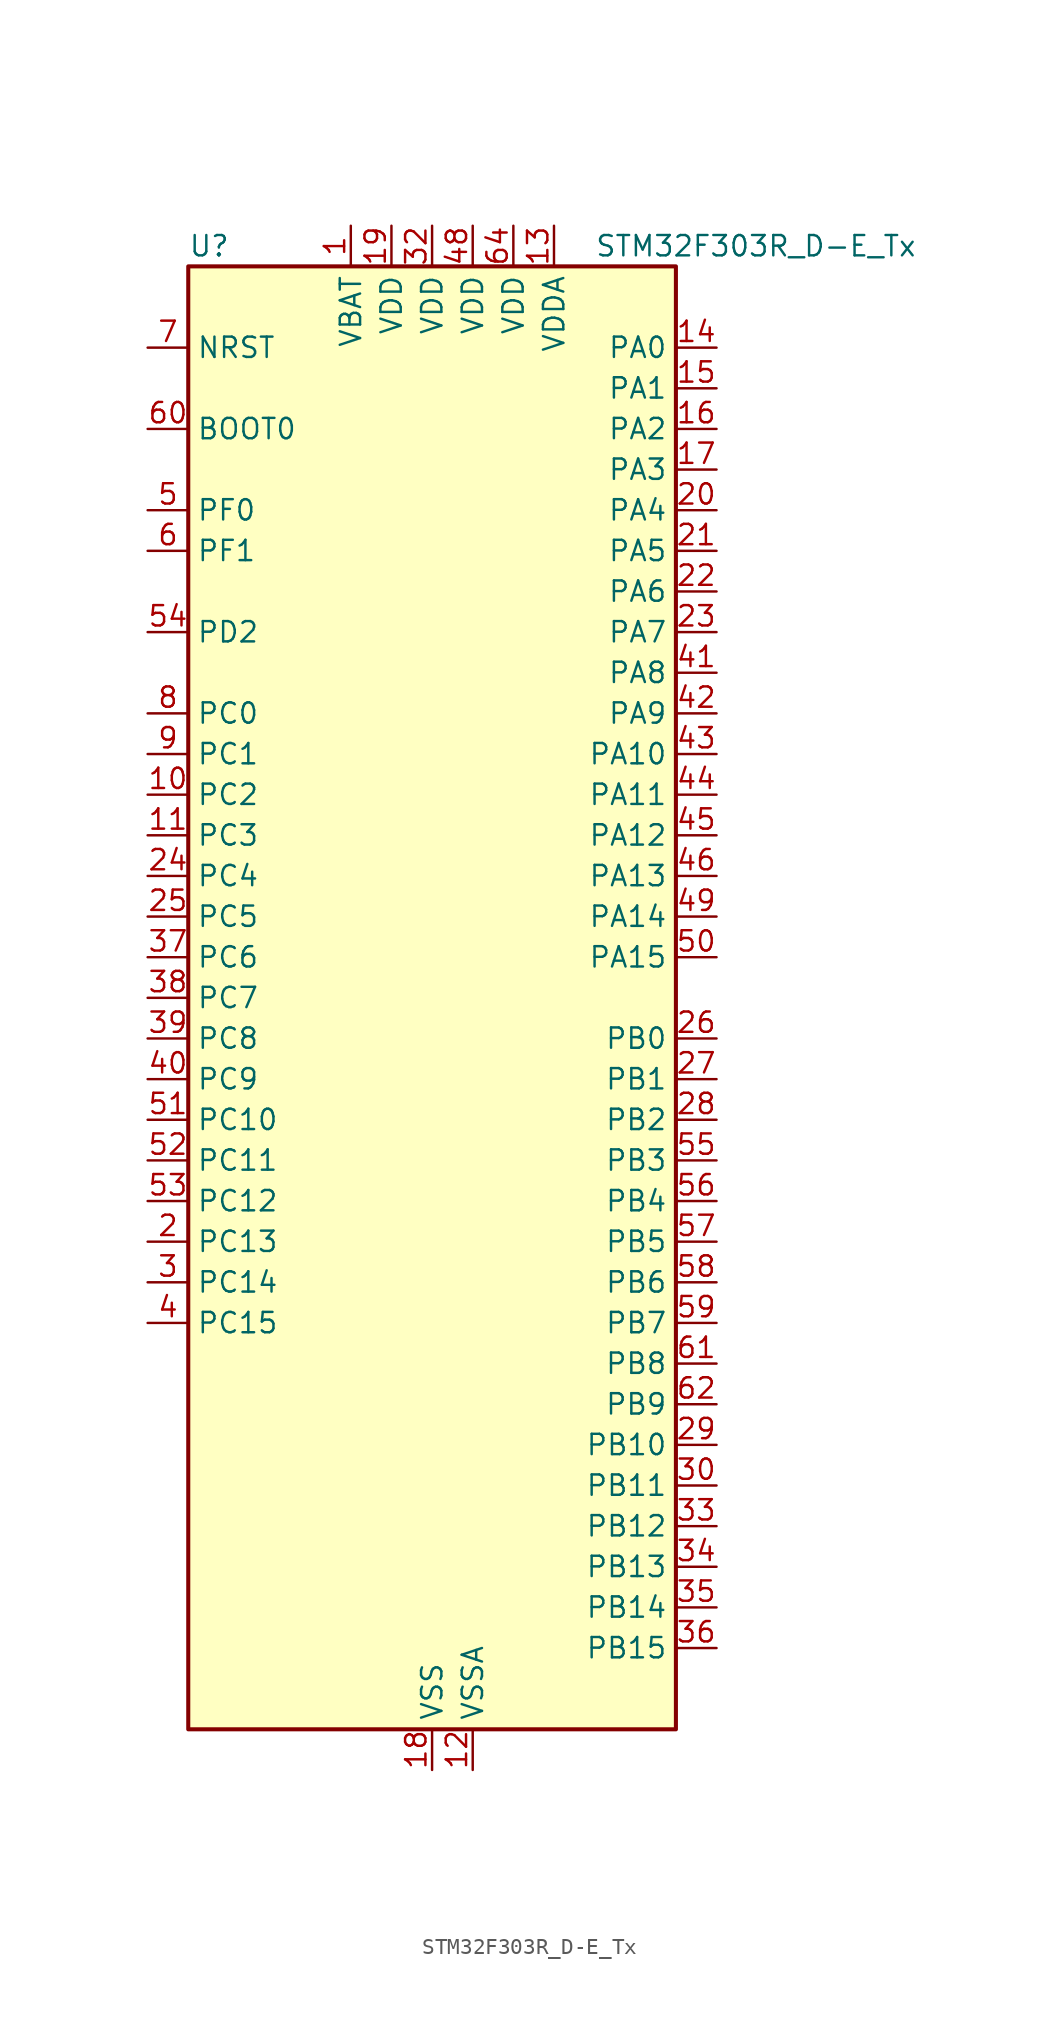
<source format=kicad_sym>
(kicad_symbol_lib
  (version 20241209)
  (generator "kicad_symbol_editor")
  (generator_version "9.0")
  (symbol "STM32F303R_D-E_Tx"
    (property "Reference" "U"
      (at -15.24 46.99 0)
      (effects (font (size 1.27 1.27)) (justify left)))
    (property "Value" "STM32F303R_D-E_Tx"
      (at 10.16 46.99 0)
      (effects (font (size 1.27 1.27)) (justify left)))
    (symbol "STM32F303R_D-E_Tx_0_1"
      (rectangle (start -15.24 -45.72) (end 15.24 45.72) (stroke (width 0.254) (type default)) (fill (type background))))
    (symbol "STM32F303R_D-E_Tx_1_1"
      (pin input line (at -17.78 40.64 0) (length 2.54) (name "NRST" (effects (font (size 1.27 1.27)))) (number "7" (effects (font (size 1.27 1.27)))))
      (pin input line (at -17.78 35.56 0) (length 2.54) (name "BOOT0" (effects (font (size 1.27 1.27)))) (number "60" (effects (font (size 1.27 1.27)))))
      (pin bidirectional line (at -17.78 30.48 0) (length 2.54) (name "PF0" (effects (font (size 1.27 1.27)))) (number "5" (effects (font (size 1.27 1.27)))) (alternate "I2C2_SDA" bidirectional line) (alternate "I2S2_WS" bidirectional line) (alternate "RCC_OSC_IN" bidirectional line) (alternate "SPI2_NSS" bidirectional line) (alternate "TIM1_CH3N" bidirectional line))
      (pin bidirectional line (at -17.78 27.94 0) (length 2.54) (name "PF1" (effects (font (size 1.27 1.27)))) (number "6" (effects (font (size 1.27 1.27)))) (alternate "I2C2_SCL" bidirectional line) (alternate "I2S2_CK" bidirectional line) (alternate "RCC_OSC_OUT" bidirectional line) (alternate "SPI2_SCK" bidirectional line))
      (pin bidirectional line (at -17.78 22.86 0) (length 2.54) (name "PD2" (effects (font (size 1.27 1.27)))) (number "54" (effects (font (size 1.27 1.27)))) (alternate "ADC3_EXTI2" bidirectional line) (alternate "ADC4_EXTI2" bidirectional line) (alternate "TIM3_ETR" bidirectional line) (alternate "TIM8_BKIN" bidirectional line) (alternate "UART5_RX" bidirectional line))
      (pin bidirectional line (at -17.78 17.78 0) (length 2.54) (name "PC0" (effects (font (size 1.27 1.27)))) (number "8" (effects (font (size 1.27 1.27)))) (alternate "ADC1_IN6" bidirectional line) (alternate "ADC2_IN6" bidirectional line) (alternate "COMP7_INM" bidirectional line) (alternate "TIM1_CH1" bidirectional line))
      (pin bidirectional line (at -17.78 15.24 0) (length 2.54) (name "PC1" (effects (font (size 1.27 1.27)))) (number "9" (effects (font (size 1.27 1.27)))) (alternate "ADC1_IN7" bidirectional line) (alternate "ADC2_IN7" bidirectional line) (alternate "COMP7_INP" bidirectional line) (alternate "TIM1_CH2" bidirectional line))
      (pin bidirectional line (at -17.78 12.7 0) (length 2.54) (name "PC2" (effects (font (size 1.27 1.27)))) (number "10" (effects (font (size 1.27 1.27)))) (alternate "ADC1_IN8" bidirectional line) (alternate "ADC2_IN8" bidirectional line) (alternate "ADC3_EXTI2" bidirectional line) (alternate "ADC4_EXTI2" bidirectional line) (alternate "COMP7_OUT" bidirectional line) (alternate "TIM1_CH3" bidirectional line))
      (pin bidirectional line (at -17.78 10.16 0) (length 2.54) (name "PC3" (effects (font (size 1.27 1.27)))) (number "11" (effects (font (size 1.27 1.27)))) (alternate "ADC1_IN9" bidirectional line) (alternate "ADC2_IN9" bidirectional line) (alternate "TIM1_BKIN2" bidirectional line) (alternate "TIM1_CH4" bidirectional line))
      (pin bidirectional line (at -17.78 7.62 0) (length 2.54) (name "PC4" (effects (font (size 1.27 1.27)))) (number "24" (effects (font (size 1.27 1.27)))) (alternate "ADC2_IN5" bidirectional line) (alternate "TIM1_ETR" bidirectional line) (alternate "USART1_TX" bidirectional line))
      (pin bidirectional line (at -17.78 5.08 0) (length 2.54) (name "PC5" (effects (font (size 1.27 1.27)))) (number "25" (effects (font (size 1.27 1.27)))) (alternate "ADC2_IN11" bidirectional line) (alternate "OPAMP1_VINM" bidirectional line) (alternate "OPAMP1_VINM_SEC" bidirectional line) (alternate "OPAMP2_VINM" bidirectional line) (alternate "OPAMP2_VINM_SEC" bidirectional line) (alternate "TIM15_BKIN" bidirectional line) (alternate "TSC_G3_IO1" bidirectional line) (alternate "USART1_RX" bidirectional line))
      (pin bidirectional line (at -17.78 2.54 0) (length 2.54) (name "PC6" (effects (font (size 1.27 1.27)))) (number "37" (effects (font (size 1.27 1.27)))) (alternate "COMP6_OUT" bidirectional line) (alternate "I2S2_MCK" bidirectional line) (alternate "TIM3_CH1" bidirectional line) (alternate "TIM8_CH1" bidirectional line))
      (pin bidirectional line (at -17.78 0 0) (length 2.54) (name "PC7" (effects (font (size 1.27 1.27)))) (number "38" (effects (font (size 1.27 1.27)))) (alternate "COMP5_OUT" bidirectional line) (alternate "I2S3_MCK" bidirectional line) (alternate "TIM3_CH2" bidirectional line) (alternate "TIM8_CH2" bidirectional line))
      (pin bidirectional line (at -17.78 -2.54 0) (length 2.54) (name "PC8" (effects (font (size 1.27 1.27)))) (number "39" (effects (font (size 1.27 1.27)))) (alternate "COMP3_OUT" bidirectional line) (alternate "TIM3_CH3" bidirectional line) (alternate "TIM8_CH3" bidirectional line))
      (pin bidirectional line (at -17.78 -5.08 0) (length 2.54) (name "PC9" (effects (font (size 1.27 1.27)))) (number "40" (effects (font (size 1.27 1.27)))) (alternate "DAC1_EXTI9" bidirectional line) (alternate "I2C3_SDA" bidirectional line) (alternate "I2S_CKIN" bidirectional line) (alternate "TIM3_CH4" bidirectional line) (alternate "TIM8_BKIN2" bidirectional line) (alternate "TIM8_CH4" bidirectional line))
      (pin bidirectional line (at -17.78 -7.62 0) (length 2.54) (name "PC10" (effects (font (size 1.27 1.27)))) (number "51" (effects (font (size 1.27 1.27)))) (alternate "I2S3_CK" bidirectional line) (alternate "SPI3_SCK" bidirectional line) (alternate "TIM8_CH1N" bidirectional line) (alternate "UART4_TX" bidirectional line) (alternate "USART3_TX" bidirectional line))
      (pin bidirectional line (at -17.78 -10.16 0) (length 2.54) (name "PC11" (effects (font (size 1.27 1.27)))) (number "52" (effects (font (size 1.27 1.27)))) (alternate "ADC1_EXTI11" bidirectional line) (alternate "ADC2_EXTI11" bidirectional line) (alternate "I2S3_ext_SD" bidirectional line) (alternate "SPI3_MISO" bidirectional line) (alternate "TIM8_CH2N" bidirectional line) (alternate "UART4_RX" bidirectional line) (alternate "USART3_RX" bidirectional line))
      (pin bidirectional line (at -17.78 -12.7 0) (length 2.54) (name "PC12" (effects (font (size 1.27 1.27)))) (number "53" (effects (font (size 1.27 1.27)))) (alternate "I2S3_SD" bidirectional line) (alternate "SPI3_MOSI" bidirectional line) (alternate "TIM8_CH3N" bidirectional line) (alternate "UART5_TX" bidirectional line) (alternate "USART3_CK" bidirectional line))
      (pin bidirectional line (at -17.78 -15.24 0) (length 2.54) (name "PC13" (effects (font (size 1.27 1.27)))) (number "2" (effects (font (size 1.27 1.27)))) (alternate "RTC_OUT_ALARM" bidirectional line) (alternate "RTC_OUT_CALIB" bidirectional line) (alternate "RTC_TAMP1" bidirectional line) (alternate "RTC_TS" bidirectional line) (alternate "SYS_WKUP2" bidirectional line) (alternate "TIM1_CH1N" bidirectional line))
      (pin bidirectional line (at -17.78 -17.78 0) (length 2.54) (name "PC14" (effects (font (size 1.27 1.27)))) (number "3" (effects (font (size 1.27 1.27)))) (alternate "RCC_OSC32_IN" bidirectional line))
      (pin bidirectional line (at -17.78 -20.32 0) (length 2.54) (name "PC15" (effects (font (size 1.27 1.27)))) (number "4" (effects (font (size 1.27 1.27)))) (alternate "ADC1_EXTI15" bidirectional line) (alternate "ADC2_EXTI15" bidirectional line) (alternate "ADC3_EXTI15" bidirectional line) (alternate "ADC4_EXTI15" bidirectional line) (alternate "RCC_OSC32_OUT" bidirectional line))
      (pin power_in line (at -5.08 48.26 270) (length 2.54) (name "VBAT" (effects (font (size 1.27 1.27)))) (number "1" (effects (font (size 1.27 1.27)))))
      (pin power_in line (at -2.54 48.26 270) (length 2.54) (name "VDD" (effects (font (size 1.27 1.27)))) (number "19" (effects (font (size 1.27 1.27)))))
      (pin power_in line (at 0 48.26 270) (length 2.54) (name "VDD" (effects (font (size 1.27 1.27)))) (number "32" (effects (font (size 1.27 1.27)))))
      (pin power_in line (at 0 -48.26 90) (length 2.54) (name "VSS" (effects (font (size 1.27 1.27)))) (number "18" (effects (font (size 1.27 1.27)))))
      (pin passive line (at 0 -48.26 90) (length 2.54) (hide yes) (name "VSS" (effects (font (size 1.27 1.27)))) (number "31" (effects (font (size 1.27 1.27)))))
      (pin passive line (at 0 -48.26 90) (length 2.54) (hide yes) (name "VSS" (effects (font (size 1.27 1.27)))) (number "47" (effects (font (size 1.27 1.27)))))
      (pin passive line (at 0 -48.26 90) (length 2.54) (hide yes) (name "VSS" (effects (font (size 1.27 1.27)))) (number "63" (effects (font (size 1.27 1.27)))))
      (pin power_in line (at 2.54 48.26 270) (length 2.54) (name "VDD" (effects (font (size 1.27 1.27)))) (number "48" (effects (font (size 1.27 1.27)))))
      (pin power_in line (at 2.54 -48.26 90) (length 2.54) (name "VSSA" (effects (font (size 1.27 1.27)))) (number "12" (effects (font (size 1.27 1.27)))))
      (pin power_in line (at 5.08 48.26 270) (length 2.54) (name "VDD" (effects (font (size 1.27 1.27)))) (number "64" (effects (font (size 1.27 1.27)))))
      (pin power_in line (at 7.62 48.26 270) (length 2.54) (name "VDDA" (effects (font (size 1.27 1.27)))) (number "13" (effects (font (size 1.27 1.27)))))
      (pin bidirectional line (at 17.78 40.64 180) (length 2.54) (name "PA0" (effects (font (size 1.27 1.27)))) (number "14" (effects (font (size 1.27 1.27)))) (alternate "ADC1_IN1" bidirectional line) (alternate "COMP1_INM" bidirectional line) (alternate "COMP1_OUT" bidirectional line) (alternate "RTC_TAMP2" bidirectional line) (alternate "SYS_WKUP1" bidirectional line) (alternate "TIM2_CH1" bidirectional line) (alternate "TIM2_ETR" bidirectional line) (alternate "TIM8_BKIN" bidirectional line) (alternate "TIM8_ETR" bidirectional line) (alternate "TSC_G1_IO1" bidirectional line) (alternate "USART2_CTS" bidirectional line))
      (pin bidirectional line (at 17.78 38.1 180) (length 2.54) (name "PA1" (effects (font (size 1.27 1.27)))) (number "15" (effects (font (size 1.27 1.27)))) (alternate "ADC1_IN2" bidirectional line) (alternate "COMP1_INP" bidirectional line) (alternate "OPAMP1_VINP" bidirectional line) (alternate "OPAMP1_VINP_SEC" bidirectional line) (alternate "OPAMP3_VINP" bidirectional line) (alternate "OPAMP3_VINP_SEC" bidirectional line) (alternate "RTC_REFIN" bidirectional line) (alternate "TIM15_CH1N" bidirectional line) (alternate "TIM2_CH2" bidirectional line) (alternate "TSC_G1_IO2" bidirectional line) (alternate "USART2_DE" bidirectional line) (alternate "USART2_RTS" bidirectional line))
      (pin bidirectional line (at 17.78 35.56 180) (length 2.54) (name "PA2" (effects (font (size 1.27 1.27)))) (number "16" (effects (font (size 1.27 1.27)))) (alternate "ADC1_IN3" bidirectional line) (alternate "ADC3_EXTI2" bidirectional line) (alternate "ADC4_EXTI2" bidirectional line) (alternate "COMP2_INM" bidirectional line) (alternate "COMP2_OUT" bidirectional line) (alternate "OPAMP1_VOUT" bidirectional line) (alternate "TIM15_CH1" bidirectional line) (alternate "TIM2_CH3" bidirectional line) (alternate "TSC_G1_IO3" bidirectional line) (alternate "USART2_TX" bidirectional line))
      (pin bidirectional line (at 17.78 33.02 180) (length 2.54) (name "PA3" (effects (font (size 1.27 1.27)))) (number "17" (effects (font (size 1.27 1.27)))) (alternate "ADC1_IN4" bidirectional line) (alternate "OPAMP1_VINM" bidirectional line) (alternate "OPAMP1_VINM_SEC" bidirectional line) (alternate "OPAMP1_VINP" bidirectional line) (alternate "OPAMP1_VINP_SEC" bidirectional line) (alternate "TIM15_CH2" bidirectional line) (alternate "TIM2_CH4" bidirectional line) (alternate "TSC_G1_IO4" bidirectional line) (alternate "USART2_RX" bidirectional line))
      (pin bidirectional line (at 17.78 30.48 180) (length 2.54) (name "PA4" (effects (font (size 1.27 1.27)))) (number "20" (effects (font (size 1.27 1.27)))) (alternate "ADC2_IN1" bidirectional line) (alternate "COMP1_INM" bidirectional line) (alternate "COMP2_INM" bidirectional line) (alternate "COMP3_INM" bidirectional line) (alternate "COMP4_INM" bidirectional line) (alternate "COMP5_INM" bidirectional line) (alternate "COMP6_INM" bidirectional line) (alternate "COMP7_INM" bidirectional line) (alternate "DAC1_OUT1" bidirectional line) (alternate "I2S3_WS" bidirectional line) (alternate "OPAMP4_VINP" bidirectional line) (alternate "OPAMP4_VINP_SEC" bidirectional line) (alternate "SPI1_NSS" bidirectional line) (alternate "SPI3_NSS" bidirectional line) (alternate "TIM3_CH2" bidirectional line) (alternate "TSC_G2_IO1" bidirectional line) (alternate "USART2_CK" bidirectional line))
      (pin bidirectional line (at 17.78 27.94 180) (length 2.54) (name "PA5" (effects (font (size 1.27 1.27)))) (number "21" (effects (font (size 1.27 1.27)))) (alternate "ADC2_IN2" bidirectional line) (alternate "COMP1_INM" bidirectional line) (alternate "COMP2_INM" bidirectional line) (alternate "COMP3_INM" bidirectional line) (alternate "COMP4_INM" bidirectional line) (alternate "COMP5_INM" bidirectional line) (alternate "COMP6_INM" bidirectional line) (alternate "COMP7_INM" bidirectional line) (alternate "DAC1_OUT2" bidirectional line) (alternate "OPAMP1_VINP" bidirectional line) (alternate "OPAMP1_VINP_SEC" bidirectional line) (alternate "OPAMP2_VINM" bidirectional line) (alternate "OPAMP2_VINM_SEC" bidirectional line) (alternate "OPAMP3_VINP" bidirectional line) (alternate "OPAMP3_VINP_SEC" bidirectional line) (alternate "SPI1_SCK" bidirectional line) (alternate "TIM2_CH1" bidirectional line) (alternate "TIM2_ETR" bidirectional line) (alternate "TSC_G2_IO2" bidirectional line))
      (pin bidirectional line (at 17.78 25.4 180) (length 2.54) (name "PA6" (effects (font (size 1.27 1.27)))) (number "22" (effects (font (size 1.27 1.27)))) (alternate "ADC2_IN3" bidirectional line) (alternate "COMP1_OUT" bidirectional line) (alternate "OPAMP2_VOUT" bidirectional line) (alternate "SPI1_MISO" bidirectional line) (alternate "TIM16_CH1" bidirectional line) (alternate "TIM1_BKIN" bidirectional line) (alternate "TIM3_CH1" bidirectional line) (alternate "TIM8_BKIN" bidirectional line) (alternate "TSC_G2_IO3" bidirectional line))
      (pin bidirectional line (at 17.78 22.86 180) (length 2.54) (name "PA7" (effects (font (size 1.27 1.27)))) (number "23" (effects (font (size 1.27 1.27)))) (alternate "ADC2_IN4" bidirectional line) (alternate "COMP2_INP" bidirectional line) (alternate "OPAMP1_VINP" bidirectional line) (alternate "OPAMP1_VINP_SEC" bidirectional line) (alternate "OPAMP2_VINP" bidirectional line) (alternate "OPAMP2_VINP_SEC" bidirectional line) (alternate "SPI1_MOSI" bidirectional line) (alternate "TIM17_CH1" bidirectional line) (alternate "TIM1_CH1N" bidirectional line) (alternate "TIM3_CH2" bidirectional line) (alternate "TIM8_CH1N" bidirectional line) (alternate "TSC_G2_IO4" bidirectional line))
      (pin bidirectional line (at 17.78 20.32 180) (length 2.54) (name "PA8" (effects (font (size 1.27 1.27)))) (number "41" (effects (font (size 1.27 1.27)))) (alternate "COMP3_OUT" bidirectional line) (alternate "I2C2_SMBA" bidirectional line) (alternate "I2C3_SCL" bidirectional line) (alternate "I2S2_MCK" bidirectional line) (alternate "RCC_MCO" bidirectional line) (alternate "TIM1_CH1" bidirectional line) (alternate "TIM4_ETR" bidirectional line) (alternate "USART1_CK" bidirectional line))
      (pin bidirectional line (at 17.78 17.78 180) (length 2.54) (name "PA9" (effects (font (size 1.27 1.27)))) (number "42" (effects (font (size 1.27 1.27)))) (alternate "COMP5_OUT" bidirectional line) (alternate "DAC1_EXTI9" bidirectional line) (alternate "I2C2_SCL" bidirectional line) (alternate "I2C3_SMBA" bidirectional line) (alternate "I2S3_MCK" bidirectional line) (alternate "TIM15_BKIN" bidirectional line) (alternate "TIM1_CH2" bidirectional line) (alternate "TIM2_CH3" bidirectional line) (alternate "TSC_G4_IO1" bidirectional line) (alternate "USART1_TX" bidirectional line))
      (pin bidirectional line (at 17.78 15.24 180) (length 2.54) (name "PA10" (effects (font (size 1.27 1.27)))) (number "43" (effects (font (size 1.27 1.27)))) (alternate "COMP6_OUT" bidirectional line) (alternate "I2C2_SDA" bidirectional line) (alternate "I2S2_ext_SD" bidirectional line) (alternate "SPI2_MISO" bidirectional line) (alternate "TIM17_BKIN" bidirectional line) (alternate "TIM1_CH3" bidirectional line) (alternate "TIM2_CH4" bidirectional line) (alternate "TIM8_BKIN" bidirectional line) (alternate "TSC_G4_IO2" bidirectional line) (alternate "USART1_RX" bidirectional line))
      (pin bidirectional line (at 17.78 12.7 180) (length 2.54) (name "PA11" (effects (font (size 1.27 1.27)))) (number "44" (effects (font (size 1.27 1.27)))) (alternate "ADC1_EXTI11" bidirectional line) (alternate "ADC2_EXTI11" bidirectional line) (alternate "CAN_RX" bidirectional line) (alternate "COMP1_OUT" bidirectional line) (alternate "I2S2_SD" bidirectional line) (alternate "SPI2_MOSI" bidirectional line) (alternate "TIM1_BKIN2" bidirectional line) (alternate "TIM1_CH1N" bidirectional line) (alternate "TIM1_CH4" bidirectional line) (alternate "TIM4_CH1" bidirectional line) (alternate "USART1_CTS" bidirectional line) (alternate "USB_DM" bidirectional line))
      (pin bidirectional line (at 17.78 10.16 180) (length 2.54) (name "PA12" (effects (font (size 1.27 1.27)))) (number "45" (effects (font (size 1.27 1.27)))) (alternate "CAN_TX" bidirectional line) (alternate "COMP2_OUT" bidirectional line) (alternate "I2S_CKIN" bidirectional line) (alternate "TIM16_CH1" bidirectional line) (alternate "TIM1_CH2N" bidirectional line) (alternate "TIM1_ETR" bidirectional line) (alternate "TIM4_CH2" bidirectional line) (alternate "USART1_DE" bidirectional line) (alternate "USART1_RTS" bidirectional line) (alternate "USB_DP" bidirectional line))
      (pin bidirectional line (at 17.78 7.62 180) (length 2.54) (name "PA13" (effects (font (size 1.27 1.27)))) (number "46" (effects (font (size 1.27 1.27)))) (alternate "IR_OUT" bidirectional line) (alternate "SYS_JTMS-SWDIO" bidirectional line) (alternate "TIM16_CH1N" bidirectional line) (alternate "TIM4_CH3" bidirectional line) (alternate "TSC_G4_IO3" bidirectional line) (alternate "USART3_CTS" bidirectional line))
      (pin bidirectional line (at 17.78 5.08 180) (length 2.54) (name "PA14" (effects (font (size 1.27 1.27)))) (number "49" (effects (font (size 1.27 1.27)))) (alternate "I2C1_SDA" bidirectional line) (alternate "SYS_JTCK-SWCLK" bidirectional line) (alternate "TIM1_BKIN" bidirectional line) (alternate "TIM8_CH2" bidirectional line) (alternate "TSC_G4_IO4" bidirectional line) (alternate "USART2_TX" bidirectional line))
      (pin bidirectional line (at 17.78 2.54 180) (length 2.54) (name "PA15" (effects (font (size 1.27 1.27)))) (number "50" (effects (font (size 1.27 1.27)))) (alternate "ADC1_EXTI15" bidirectional line) (alternate "ADC2_EXTI15" bidirectional line) (alternate "ADC3_EXTI15" bidirectional line) (alternate "ADC4_EXTI15" bidirectional line) (alternate "I2C1_SCL" bidirectional line) (alternate "I2S3_WS" bidirectional line) (alternate "SPI1_NSS" bidirectional line) (alternate "SPI3_NSS" bidirectional line) (alternate "SYS_JTDI" bidirectional line) (alternate "TIM1_BKIN" bidirectional line) (alternate "TIM2_CH1" bidirectional line) (alternate "TIM2_ETR" bidirectional line) (alternate "TIM8_CH1" bidirectional line) (alternate "TSC_SYNC" bidirectional line) (alternate "USART2_RX" bidirectional line))
      (pin bidirectional line (at 17.78 -2.54 180) (length 2.54) (name "PB0" (effects (font (size 1.27 1.27)))) (number "26" (effects (font (size 1.27 1.27)))) (alternate "ADC3_IN12" bidirectional line) (alternate "COMP4_INP" bidirectional line) (alternate "OPAMP2_VINP" bidirectional line) (alternate "OPAMP2_VINP_SEC" bidirectional line) (alternate "OPAMP3_VINP" bidirectional line) (alternate "OPAMP3_VINP_SEC" bidirectional line) (alternate "TIM1_CH2N" bidirectional line) (alternate "TIM3_CH3" bidirectional line) (alternate "TIM8_CH2N" bidirectional line) (alternate "TSC_G3_IO2" bidirectional line))
      (pin bidirectional line (at 17.78 -5.08 180) (length 2.54) (name "PB1" (effects (font (size 1.27 1.27)))) (number "27" (effects (font (size 1.27 1.27)))) (alternate "ADC3_IN1" bidirectional line) (alternate "COMP4_OUT" bidirectional line) (alternate "OPAMP3_VOUT" bidirectional line) (alternate "TIM1_CH3N" bidirectional line) (alternate "TIM3_CH4" bidirectional line) (alternate "TIM8_CH3N" bidirectional line) (alternate "TSC_G3_IO3" bidirectional line))
      (pin bidirectional line (at 17.78 -7.62 180) (length 2.54) (name "PB2" (effects (font (size 1.27 1.27)))) (number "28" (effects (font (size 1.27 1.27)))) (alternate "ADC2_IN12" bidirectional line) (alternate "ADC3_EXTI2" bidirectional line) (alternate "ADC4_EXTI2" bidirectional line) (alternate "COMP4_INM" bidirectional line) (alternate "OPAMP3_VINM" bidirectional line) (alternate "OPAMP3_VINM_SEC" bidirectional line) (alternate "TSC_G3_IO4" bidirectional line))
      (pin bidirectional line (at 17.78 -10.16 180) (length 2.54) (name "PB3" (effects (font (size 1.27 1.27)))) (number "55" (effects (font (size 1.27 1.27)))) (alternate "I2S3_CK" bidirectional line) (alternate "SPI1_SCK" bidirectional line) (alternate "SPI3_SCK" bidirectional line) (alternate "SYS_JTDO-TRACESWO" bidirectional line) (alternate "TIM2_CH2" bidirectional line) (alternate "TIM3_ETR" bidirectional line) (alternate "TIM4_ETR" bidirectional line) (alternate "TIM8_CH1N" bidirectional line) (alternate "TSC_G5_IO1" bidirectional line) (alternate "USART2_TX" bidirectional line))
      (pin bidirectional line (at 17.78 -12.7 180) (length 2.54) (name "PB4" (effects (font (size 1.27 1.27)))) (number "56" (effects (font (size 1.27 1.27)))) (alternate "I2S3_ext_SD" bidirectional line) (alternate "SPI1_MISO" bidirectional line) (alternate "SPI3_MISO" bidirectional line) (alternate "SYS_NJTRST" bidirectional line) (alternate "TIM16_CH1" bidirectional line) (alternate "TIM17_BKIN" bidirectional line) (alternate "TIM3_CH1" bidirectional line) (alternate "TIM8_CH2N" bidirectional line) (alternate "TSC_G5_IO2" bidirectional line) (alternate "USART2_RX" bidirectional line))
      (pin bidirectional line (at 17.78 -15.24 180) (length 2.54) (name "PB5" (effects (font (size 1.27 1.27)))) (number "57" (effects (font (size 1.27 1.27)))) (alternate "I2C1_SMBA" bidirectional line) (alternate "I2C3_SDA" bidirectional line) (alternate "I2S3_SD" bidirectional line) (alternate "SPI1_MOSI" bidirectional line) (alternate "SPI3_MOSI" bidirectional line) (alternate "TIM16_BKIN" bidirectional line) (alternate "TIM17_CH1" bidirectional line) (alternate "TIM3_CH2" bidirectional line) (alternate "TIM8_CH3N" bidirectional line) (alternate "USART2_CK" bidirectional line))
      (pin bidirectional line (at 17.78 -17.78 180) (length 2.54) (name "PB6" (effects (font (size 1.27 1.27)))) (number "58" (effects (font (size 1.27 1.27)))) (alternate "I2C1_SCL" bidirectional line) (alternate "TIM16_CH1N" bidirectional line) (alternate "TIM4_CH1" bidirectional line) (alternate "TIM8_BKIN2" bidirectional line) (alternate "TIM8_CH1" bidirectional line) (alternate "TIM8_ETR" bidirectional line) (alternate "TSC_G5_IO3" bidirectional line) (alternate "USART1_TX" bidirectional line))
      (pin bidirectional line (at 17.78 -20.32 180) (length 2.54) (name "PB7" (effects (font (size 1.27 1.27)))) (number "59" (effects (font (size 1.27 1.27)))) (alternate "I2C1_SDA" bidirectional line) (alternate "TIM17_CH1N" bidirectional line) (alternate "TIM3_CH4" bidirectional line) (alternate "TIM4_CH2" bidirectional line) (alternate "TIM8_BKIN" bidirectional line) (alternate "TSC_G5_IO4" bidirectional line) (alternate "USART1_RX" bidirectional line))
      (pin bidirectional line (at 17.78 -22.86 180) (length 2.54) (name "PB8" (effects (font (size 1.27 1.27)))) (number "61" (effects (font (size 1.27 1.27)))) (alternate "CAN_RX" bidirectional line) (alternate "COMP1_OUT" bidirectional line) (alternate "I2C1_SCL" bidirectional line) (alternate "TIM16_CH1" bidirectional line) (alternate "TIM1_BKIN" bidirectional line) (alternate "TIM4_CH3" bidirectional line) (alternate "TIM8_CH2" bidirectional line) (alternate "TSC_SYNC" bidirectional line) (alternate "USART3_RX" bidirectional line))
      (pin bidirectional line (at 17.78 -25.4 180) (length 2.54) (name "PB9" (effects (font (size 1.27 1.27)))) (number "62" (effects (font (size 1.27 1.27)))) (alternate "CAN_TX" bidirectional line) (alternate "COMP2_OUT" bidirectional line) (alternate "DAC1_EXTI9" bidirectional line) (alternate "I2C1_SDA" bidirectional line) (alternate "IR_OUT" bidirectional line) (alternate "TIM17_CH1" bidirectional line) (alternate "TIM4_CH4" bidirectional line) (alternate "TIM8_CH3" bidirectional line) (alternate "USART3_TX" bidirectional line))
      (pin bidirectional line (at 17.78 -27.94 180) (length 2.54) (name "PB10" (effects (font (size 1.27 1.27)))) (number "29" (effects (font (size 1.27 1.27)))) (alternate "COMP5_INM" bidirectional line) (alternate "OPAMP3_VINM" bidirectional line) (alternate "OPAMP3_VINM_SEC" bidirectional line) (alternate "OPAMP4_VINM" bidirectional line) (alternate "OPAMP4_VINM_SEC" bidirectional line) (alternate "TIM2_CH3" bidirectional line) (alternate "TSC_SYNC" bidirectional line) (alternate "USART3_TX" bidirectional line))
      (pin bidirectional line (at 17.78 -30.48 180) (length 2.54) (name "PB11" (effects (font (size 1.27 1.27)))) (number "30" (effects (font (size 1.27 1.27)))) (alternate "ADC1_EXTI11" bidirectional line) (alternate "ADC1_IN14" bidirectional line) (alternate "ADC2_EXTI11" bidirectional line) (alternate "ADC2_IN14" bidirectional line) (alternate "COMP6_INP" bidirectional line) (alternate "OPAMP4_VINP" bidirectional line) (alternate "OPAMP4_VINP_SEC" bidirectional line) (alternate "TIM2_CH4" bidirectional line) (alternate "TSC_G6_IO1" bidirectional line) (alternate "USART3_RX" bidirectional line))
      (pin bidirectional line (at 17.78 -33.02 180) (length 2.54) (name "PB12" (effects (font (size 1.27 1.27)))) (number "33" (effects (font (size 1.27 1.27)))) (alternate "ADC4_IN3" bidirectional line) (alternate "COMP3_INM" bidirectional line) (alternate "I2C2_SMBA" bidirectional line) (alternate "I2S2_WS" bidirectional line) (alternate "OPAMP4_VOUT" bidirectional line) (alternate "SPI2_NSS" bidirectional line) (alternate "TIM1_BKIN" bidirectional line) (alternate "TSC_G6_IO2" bidirectional line) (alternate "USART3_CK" bidirectional line))
      (pin bidirectional line (at 17.78 -35.56 180) (length 2.54) (name "PB13" (effects (font (size 1.27 1.27)))) (number "34" (effects (font (size 1.27 1.27)))) (alternate "ADC3_IN5" bidirectional line) (alternate "COMP5_INP" bidirectional line) (alternate "I2S2_CK" bidirectional line) (alternate "OPAMP3_VINP" bidirectional line) (alternate "OPAMP3_VINP_SEC" bidirectional line) (alternate "OPAMP4_VINP" bidirectional line) (alternate "OPAMP4_VINP_SEC" bidirectional line) (alternate "SPI2_SCK" bidirectional line) (alternate "TIM1_CH1N" bidirectional line) (alternate "TSC_G6_IO3" bidirectional line) (alternate "USART3_CTS" bidirectional line))
      (pin bidirectional line (at 17.78 -38.1 180) (length 2.54) (name "PB14" (effects (font (size 1.27 1.27)))) (number "35" (effects (font (size 1.27 1.27)))) (alternate "ADC4_IN4" bidirectional line) (alternate "COMP3_INP" bidirectional line) (alternate "I2S2_ext_SD" bidirectional line) (alternate "OPAMP2_VINP" bidirectional line) (alternate "OPAMP2_VINP_SEC" bidirectional line) (alternate "SPI2_MISO" bidirectional line) (alternate "TIM15_CH1" bidirectional line) (alternate "TIM1_CH2N" bidirectional line) (alternate "TSC_G6_IO4" bidirectional line) (alternate "USART3_DE" bidirectional line) (alternate "USART3_RTS" bidirectional line))
      (pin bidirectional line (at 17.78 -40.64 180) (length 2.54) (name "PB15" (effects (font (size 1.27 1.27)))) (number "36" (effects (font (size 1.27 1.27)))) (alternate "ADC1_EXTI15" bidirectional line) (alternate "ADC2_EXTI15" bidirectional line) (alternate "ADC3_EXTI15" bidirectional line) (alternate "ADC4_EXTI15" bidirectional line) (alternate "ADC4_IN5" bidirectional line) (alternate "COMP6_INM" bidirectional line) (alternate "I2S2_SD" bidirectional line) (alternate "RTC_REFIN" bidirectional line) (alternate "SPI2_MOSI" bidirectional line) (alternate "TIM15_CH1N" bidirectional line) (alternate "TIM15_CH2" bidirectional line) (alternate "TIM1_CH3N" bidirectional line)))))
</source>
